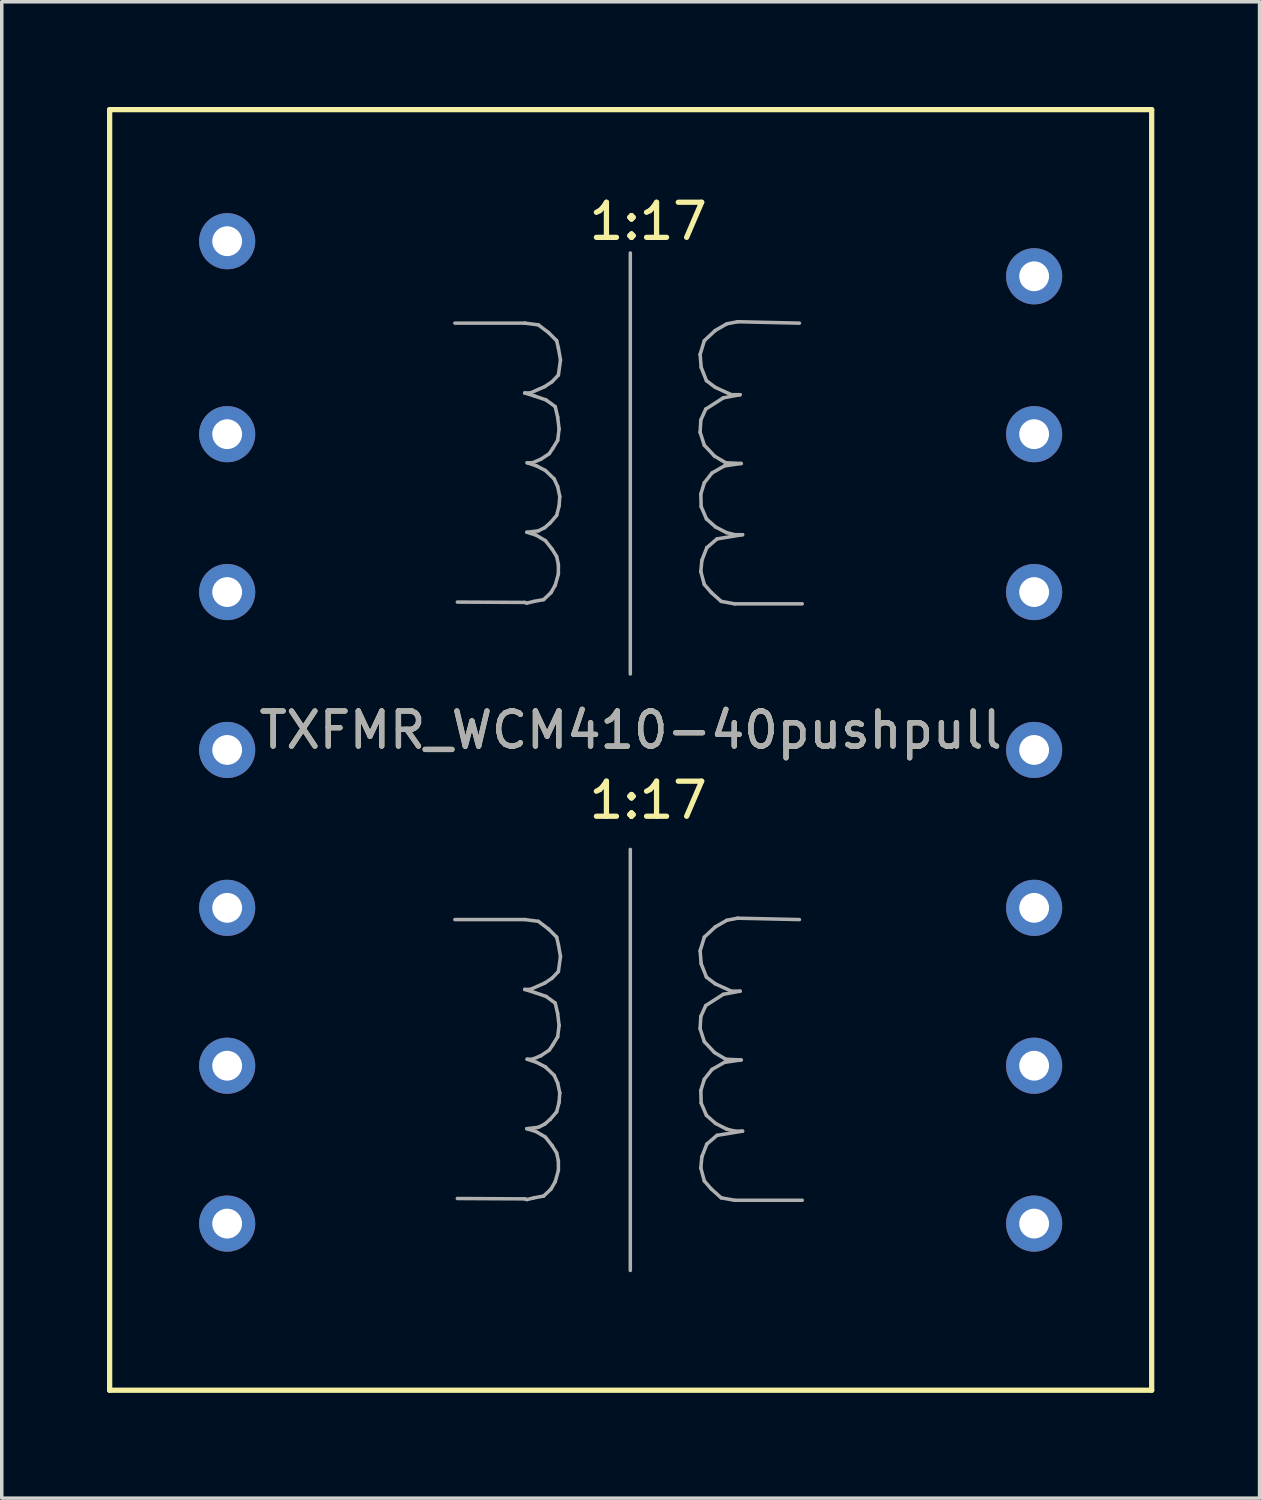
<source format=kicad_pcb>
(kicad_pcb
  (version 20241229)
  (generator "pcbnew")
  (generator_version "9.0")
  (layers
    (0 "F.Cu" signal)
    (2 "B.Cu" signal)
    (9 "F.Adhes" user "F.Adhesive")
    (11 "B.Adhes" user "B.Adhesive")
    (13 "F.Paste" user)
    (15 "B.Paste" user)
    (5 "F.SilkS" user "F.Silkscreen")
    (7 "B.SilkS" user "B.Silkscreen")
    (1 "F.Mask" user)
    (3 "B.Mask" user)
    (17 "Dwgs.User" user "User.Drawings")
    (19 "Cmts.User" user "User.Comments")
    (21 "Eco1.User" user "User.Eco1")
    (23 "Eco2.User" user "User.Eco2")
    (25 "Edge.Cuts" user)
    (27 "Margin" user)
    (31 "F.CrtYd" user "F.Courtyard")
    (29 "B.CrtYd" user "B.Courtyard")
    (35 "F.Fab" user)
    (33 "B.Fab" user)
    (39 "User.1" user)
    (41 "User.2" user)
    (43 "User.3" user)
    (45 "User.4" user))
  (footprint "TXFMR_WCM410-40pushpull"
    (layer "F.Cu")
    (at 14.925 18.325)
    (property "Reference" "TXFMR_WCM410-40pushpull" (at 0 -0.565 0) (layer "F.SilkS") (effects (font (size 1 1) (thickness 0.15))))
    (attr through_hole)
    (fp_line (start -14.85 -18.25) (end 14.85 -18.25) (stroke (width 0.15) (type solid)) (layer "F.SilkS"))
    (fp_line (start -14.85 18.25) (end -14.85 -18.25) (stroke (width 0.15) (type solid)) (layer "F.SilkS"))
    (fp_line (start 14.85 -18.25) (end 14.85 18.25) (stroke (width 0.15) (type solid)) (layer "F.SilkS"))
    (fp_line (start 14.85 18.25) (end -14.85 18.25) (stroke (width 0.15) (type solid)) (layer "F.SilkS"))
    (fp_line (start -5.01 -12.165) (end -3.01 -12.165) (stroke (width 0.1) (type solid)) (layer "F.Fab"))
    (fp_line (start -5.01 4.835) (end -3.01 4.835) (stroke (width 0.1) (type solid)) (layer "F.Fab"))
    (fp_line (start -3.02 -10.175) (end -2.73 -10.085) (stroke (width 0.1) (type solid)) (layer "F.Fab"))
    (fp_line (start -3.02 -4.205) (end -4.94 -4.215) (stroke (width 0.1) (type solid)) (layer "F.Fab"))
    (fp_line (start -3.02 6.825) (end -2.73 6.915) (stroke (width 0.1) (type solid)) (layer "F.Fab"))
    (fp_line (start -3.02 12.795) (end -4.94 12.785) (stroke (width 0.1) (type solid)) (layer "F.Fab"))
    (fp_line (start -3.01 -12.165) (end -2.63 -12.115) (stroke (width 0.1) (type solid)) (layer "F.Fab"))
    (fp_line (start -3.01 4.835) (end -2.63 4.885) (stroke (width 0.1) (type solid)) (layer "F.Fab"))
    (fp_line (start -2.96 -6.205) (end -2.7 -6.125) (stroke (width 0.1) (type solid)) (layer "F.Fab"))
    (fp_line (start -2.96 -4.185) (end -3.02 -4.205) (stroke (width 0.1) (type solid)) (layer "F.Fab"))
    (fp_line (start -2.96 10.795) (end -2.7 10.875) (stroke (width 0.1) (type solid)) (layer "F.Fab"))
    (fp_line (start -2.96 12.815) (end -3.02 12.795) (stroke (width 0.1) (type solid)) (layer "F.Fab"))
    (fp_line (start -2.95 -8.185) (end -2.68 -8.095) (stroke (width 0.1) (type solid)) (layer "F.Fab"))
    (fp_line (start -2.95 8.815) (end -2.68 8.905) (stroke (width 0.1) (type solid)) (layer "F.Fab"))
    (fp_line (start -2.86 -10.175) (end -3.02 -10.175) (stroke (width 0.1) (type solid)) (layer "F.Fab"))
    (fp_line (start -2.86 6.825) (end -3.02 6.825) (stroke (width 0.1) (type solid)) (layer "F.Fab"))
    (fp_line (start -2.8 -8.185) (end -2.95 -8.185) (stroke (width 0.1) (type solid)) (layer "F.Fab"))
    (fp_line (start -2.8 8.815) (end -2.95 8.815) (stroke (width 0.1) (type solid)) (layer "F.Fab"))
    (fp_line (start -2.75 -4.235) (end -2.96 -4.185) (stroke (width 0.1) (type solid)) (layer "F.Fab"))
    (fp_line (start -2.75 12.765) (end -2.96 12.815) (stroke (width 0.1) (type solid)) (layer "F.Fab"))
    (fp_line (start -2.73 -10.085) (end -2.41 -9.975) (stroke (width 0.1) (type solid)) (layer "F.Fab"))
    (fp_line (start -2.73 6.915) (end -2.41 7.025) (stroke (width 0.1) (type solid)) (layer "F.Fab"))
    (fp_line (start -2.7 -6.125) (end -2.43 -5.965) (stroke (width 0.1) (type solid)) (layer "F.Fab"))
    (fp_line (start -2.7 10.875) (end -2.43 11.035) (stroke (width 0.1) (type solid)) (layer "F.Fab"))
    (fp_line (start -2.68 -8.095) (end -2.43 -7.965) (stroke (width 0.1) (type solid)) (layer "F.Fab"))
    (fp_line (start -2.68 8.905) (end -2.43 9.035) (stroke (width 0.1) (type solid)) (layer "F.Fab"))
    (fp_line (start -2.63 -12.115) (end -2.34 -11.895) (stroke (width 0.1) (type solid)) (layer "F.Fab"))
    (fp_line (start -2.63 -6.245) (end -2.96 -6.205) (stroke (width 0.1) (type solid)) (layer "F.Fab"))
    (fp_line (start -2.63 4.885) (end -2.34 5.105) (stroke (width 0.1) (type solid)) (layer "F.Fab"))
    (fp_line (start -2.63 10.755) (end -2.96 10.795) (stroke (width 0.1) (type solid)) (layer "F.Fab"))
    (fp_line (start -2.56 -8.285) (end -2.8 -8.185) (stroke (width 0.1) (type solid)) (layer "F.Fab"))
    (fp_line (start -2.56 8.715) (end -2.8 8.815) (stroke (width 0.1) (type solid)) (layer "F.Fab"))
    (fp_line (start -2.48 -4.285) (end -2.75 -4.235) (stroke (width 0.1) (type solid)) (layer "F.Fab"))
    (fp_line (start -2.48 12.715) (end -2.75 12.765) (stroke (width 0.1) (type solid)) (layer "F.Fab"))
    (fp_line (start -2.45 -10.355) (end -2.86 -10.175) (stroke (width 0.1) (type solid)) (layer "F.Fab"))
    (fp_line (start -2.45 -6.335) (end -2.63 -6.245) (stroke (width 0.1) (type solid)) (layer "F.Fab"))
    (fp_line (start -2.45 6.645) (end -2.86 6.825) (stroke (width 0.1) (type solid)) (layer "F.Fab"))
    (fp_line (start -2.45 10.665) (end -2.63 10.755) (stroke (width 0.1) (type solid)) (layer "F.Fab"))
    (fp_line (start -2.43 -7.965) (end -2.18 -7.725) (stroke (width 0.1) (type solid)) (layer "F.Fab"))
    (fp_line (start -2.43 -5.965) (end -2.24 -5.725) (stroke (width 0.1) (type solid)) (layer "F.Fab"))
    (fp_line (start -2.43 9.035) (end -2.18 9.275) (stroke (width 0.1) (type solid)) (layer "F.Fab"))
    (fp_line (start -2.43 11.035) (end -2.24 11.275) (stroke (width 0.1) (type solid)) (layer "F.Fab"))
    (fp_line (start -2.41 -9.975) (end -2.15 -9.785) (stroke (width 0.1) (type solid)) (layer "F.Fab"))
    (fp_line (start -2.41 7.025) (end -2.15 7.215) (stroke (width 0.1) (type solid)) (layer "F.Fab"))
    (fp_line (start -2.34 -11.895) (end -2.11 -11.665) (stroke (width 0.1) (type solid)) (layer "F.Fab"))
    (fp_line (start -2.34 5.105) (end -2.11 5.335) (stroke (width 0.1) (type solid)) (layer "F.Fab"))
    (fp_line (start -2.32 -8.445) (end -2.56 -8.285) (stroke (width 0.1) (type solid)) (layer "F.Fab"))
    (fp_line (start -2.32 8.555) (end -2.56 8.715) (stroke (width 0.1) (type solid)) (layer "F.Fab"))
    (fp_line (start -2.29 -6.475) (end -2.45 -6.335) (stroke (width 0.1) (type solid)) (layer "F.Fab"))
    (fp_line (start -2.29 10.525) (end -2.45 10.665) (stroke (width 0.1) (type solid)) (layer "F.Fab"))
    (fp_line (start -2.27 -4.485) (end -2.48 -4.285) (stroke (width 0.1) (type solid)) (layer "F.Fab"))
    (fp_line (start -2.27 12.515) (end -2.48 12.715) (stroke (width 0.1) (type solid)) (layer "F.Fab"))
    (fp_line (start -2.24 -10.495) (end -2.45 -10.355) (stroke (width 0.1) (type solid)) (layer "F.Fab"))
    (fp_line (start -2.24 -5.725) (end -2.11 -5.515) (stroke (width 0.1) (type solid)) (layer "F.Fab"))
    (fp_line (start -2.24 6.505) (end -2.45 6.645) (stroke (width 0.1) (type solid)) (layer "F.Fab"))
    (fp_line (start -2.24 11.275) (end -2.11 11.485) (stroke (width 0.1) (type solid)) (layer "F.Fab"))
    (fp_line (start -2.22 -8.595) (end -2.32 -8.445) (stroke (width 0.1) (type solid)) (layer "F.Fab"))
    (fp_line (start -2.22 8.405) (end -2.32 8.555) (stroke (width 0.1) (type solid)) (layer "F.Fab"))
    (fp_line (start -2.18 -7.725) (end -2.08 -7.505) (stroke (width 0.1) (type solid)) (layer "F.Fab"))
    (fp_line (start -2.18 9.275) (end -2.08 9.495) (stroke (width 0.1) (type solid)) (layer "F.Fab"))
    (fp_line (start -2.15 -9.785) (end -2.08 -9.485) (stroke (width 0.1) (type solid)) (layer "F.Fab"))
    (fp_line (start -2.15 -4.695) (end -2.27 -4.485) (stroke (width 0.1) (type solid)) (layer "F.Fab"))
    (fp_line (start -2.15 7.215) (end -2.08 7.515) (stroke (width 0.1) (type solid)) (layer "F.Fab"))
    (fp_line (start -2.15 12.305) (end -2.27 12.515) (stroke (width 0.1) (type solid)) (layer "F.Fab"))
    (fp_line (start -2.11 -11.665) (end -2.06 -11.455) (stroke (width 0.1) (type solid)) (layer "F.Fab"))
    (fp_line (start -2.11 -6.685) (end -2.29 -6.475) (stroke (width 0.1) (type solid)) (layer "F.Fab"))
    (fp_line (start -2.11 -5.515) (end -2.06 -5.285) (stroke (width 0.1) (type solid)) (layer "F.Fab"))
    (fp_line (start -2.11 5.335) (end -2.06 5.545) (stroke (width 0.1) (type solid)) (layer "F.Fab"))
    (fp_line (start -2.11 10.315) (end -2.29 10.525) (stroke (width 0.1) (type solid)) (layer "F.Fab"))
    (fp_line (start -2.11 11.485) (end -2.06 11.715) (stroke (width 0.1) (type solid)) (layer "F.Fab"))
    (fp_line (start -2.08 -9.485) (end -2.04 -9.145) (stroke (width 0.1) (type solid)) (layer "F.Fab"))
    (fp_line (start -2.08 -8.825) (end -2.22 -8.595) (stroke (width 0.1) (type solid)) (layer "F.Fab"))
    (fp_line (start -2.08 -7.505) (end -2.02 -7.225) (stroke (width 0.1) (type solid)) (layer "F.Fab"))
    (fp_line (start -2.08 7.515) (end -2.04 7.855) (stroke (width 0.1) (type solid)) (layer "F.Fab"))
    (fp_line (start -2.08 8.175) (end -2.22 8.405) (stroke (width 0.1) (type solid)) (layer "F.Fab"))
    (fp_line (start -2.08 9.495) (end -2.02 9.775) (stroke (width 0.1) (type solid)) (layer "F.Fab"))
    (fp_line (start -2.06 -11.455) (end -2 -11.115) (stroke (width 0.1) (type solid)) (layer "F.Fab"))
    (fp_line (start -2.06 -10.685) (end -2.24 -10.495) (stroke (width 0.1) (type solid)) (layer "F.Fab"))
    (fp_line (start -2.06 -5.285) (end -2.06 -5.015) (stroke (width 0.1) (type solid)) (layer "F.Fab"))
    (fp_line (start -2.06 -5.015) (end -2.15 -4.695) (stroke (width 0.1) (type solid)) (layer "F.Fab"))
    (fp_line (start -2.06 5.545) (end -2 5.885) (stroke (width 0.1) (type solid)) (layer "F.Fab"))
    (fp_line (start -2.06 6.315) (end -2.24 6.505) (stroke (width 0.1) (type solid)) (layer "F.Fab"))
    (fp_line (start -2.06 11.715) (end -2.06 11.985) (stroke (width 0.1) (type solid)) (layer "F.Fab"))
    (fp_line (start -2.06 11.985) (end -2.15 12.305) (stroke (width 0.1) (type solid)) (layer "F.Fab"))
    (fp_line (start -2.04 -9.145) (end -2.08 -8.825) (stroke (width 0.1) (type solid)) (layer "F.Fab"))
    (fp_line (start -2.04 -6.955) (end -2.11 -6.685) (stroke (width 0.1) (type solid)) (layer "F.Fab"))
    (fp_line (start -2.04 7.855) (end -2.08 8.175) (stroke (width 0.1) (type solid)) (layer "F.Fab"))
    (fp_line (start -2.04 10.045) (end -2.11 10.315) (stroke (width 0.1) (type solid)) (layer "F.Fab"))
    (fp_line (start -2.02 -7.225) (end -2.04 -6.955) (stroke (width 0.1) (type solid)) (layer "F.Fab"))
    (fp_line (start -2.02 9.775) (end -2.04 10.045) (stroke (width 0.1) (type solid)) (layer "F.Fab"))
    (fp_line (start -2 -11.115) (end -2.06 -10.685) (stroke (width 0.1) (type solid)) (layer "F.Fab"))
    (fp_line (start -2 5.885) (end -2.06 6.315) (stroke (width 0.1) (type solid)) (layer "F.Fab"))
    (fp_line (start -0.01 -14.165) (end -0.01 -2.165) (stroke (width 0.1) (type solid)) (layer "F.Fab"))
    (fp_line (start -0.01 2.835) (end -0.01 14.835) (stroke (width 0.1) (type solid)) (layer "F.Fab"))
    (fp_line (start 1.98 -11.275) (end 2.01 -10.905) (stroke (width 0.1) (type solid)) (layer "F.Fab"))
    (fp_line (start 1.98 -9.055) (end 2.1 -8.685) (stroke (width 0.1) (type solid)) (layer "F.Fab"))
    (fp_line (start 1.98 5.725) (end 2.01 6.095) (stroke (width 0.1) (type solid)) (layer "F.Fab"))
    (fp_line (start 1.98 7.945) (end 2.1 8.315) (stroke (width 0.1) (type solid)) (layer "F.Fab"))
    (fp_line (start 2 -9.405) (end 1.98 -9.055) (stroke (width 0.1) (type solid)) (layer "F.Fab"))
    (fp_line (start 2 -7.295) (end 2.01 -6.935) (stroke (width 0.1) (type solid)) (layer "F.Fab"))
    (fp_line (start 2 -5.085) (end 2.1 -4.715) (stroke (width 0.1) (type solid)) (layer "F.Fab"))
    (fp_line (start 2 7.595) (end 1.98 7.945) (stroke (width 0.1) (type solid)) (layer "F.Fab"))
    (fp_line (start 2 9.705) (end 2.01 10.065) (stroke (width 0.1) (type solid)) (layer "F.Fab"))
    (fp_line (start 2 11.915) (end 2.1 12.285) (stroke (width 0.1) (type solid)) (layer "F.Fab"))
    (fp_line (start 2.01 -10.905) (end 2.16 -10.525) (stroke (width 0.1) (type solid)) (layer "F.Fab"))
    (fp_line (start 2.01 -6.935) (end 2.16 -6.585) (stroke (width 0.1) (type solid)) (layer "F.Fab"))
    (fp_line (start 2.01 6.095) (end 2.16 6.475) (stroke (width 0.1) (type solid)) (layer "F.Fab"))
    (fp_line (start 2.01 10.065) (end 2.16 10.415) (stroke (width 0.1) (type solid)) (layer "F.Fab"))
    (fp_line (start 2.03 -5.405) (end 2 -5.085) (stroke (width 0.1) (type solid)) (layer "F.Fab"))
    (fp_line (start 2.03 11.595) (end 2 11.915) (stroke (width 0.1) (type solid)) (layer "F.Fab"))
    (fp_line (start 2.1 -11.665) (end 1.98 -11.275) (stroke (width 0.1) (type solid)) (layer "F.Fab"))
    (fp_line (start 2.1 -8.685) (end 2.39 -8.375) (stroke (width 0.1) (type solid)) (layer "F.Fab"))
    (fp_line (start 2.1 -7.615) (end 2 -7.295) (stroke (width 0.1) (type solid)) (layer "F.Fab"))
    (fp_line (start 2.1 -4.715) (end 2.3 -4.485) (stroke (width 0.1) (type solid)) (layer "F.Fab"))
    (fp_line (start 2.1 5.335) (end 1.98 5.725) (stroke (width 0.1) (type solid)) (layer "F.Fab"))
    (fp_line (start 2.1 8.315) (end 2.39 8.625) (stroke (width 0.1) (type solid)) (layer "F.Fab"))
    (fp_line (start 2.1 9.385) (end 2 9.705) (stroke (width 0.1) (type solid)) (layer "F.Fab"))
    (fp_line (start 2.1 12.285) (end 2.3 12.515) (stroke (width 0.1) (type solid)) (layer "F.Fab"))
    (fp_line (start 2.14 -9.715) (end 2 -9.405) (stroke (width 0.1) (type solid)) (layer "F.Fab"))
    (fp_line (start 2.14 7.285) (end 2 7.595) (stroke (width 0.1) (type solid)) (layer "F.Fab"))
    (fp_line (start 2.16 -10.525) (end 2.41 -10.335) (stroke (width 0.1) (type solid)) (layer "F.Fab"))
    (fp_line (start 2.16 -6.585) (end 2.42 -6.355) (stroke (width 0.1) (type solid)) (layer "F.Fab"))
    (fp_line (start 2.16 6.475) (end 2.41 6.665) (stroke (width 0.1) (type solid)) (layer "F.Fab"))
    (fp_line (start 2.16 10.415) (end 2.42 10.645) (stroke (width 0.1) (type solid)) (layer "F.Fab"))
    (fp_line (start 2.17 -5.765) (end 2.03 -5.405) (stroke (width 0.1) (type solid)) (layer "F.Fab"))
    (fp_line (start 2.17 11.235) (end 2.03 11.595) (stroke (width 0.1) (type solid)) (layer "F.Fab"))
    (fp_line (start 2.3 -4.485) (end 2.58 -4.235) (stroke (width 0.1) (type solid)) (layer "F.Fab"))
    (fp_line (start 2.3 12.515) (end 2.58 12.765) (stroke (width 0.1) (type solid)) (layer "F.Fab"))
    (fp_line (start 2.32 -7.895) (end 2.1 -7.615) (stroke (width 0.1) (type solid)) (layer "F.Fab"))
    (fp_line (start 2.32 9.105) (end 2.1 9.385) (stroke (width 0.1) (type solid)) (layer "F.Fab"))
    (fp_line (start 2.39 -8.375) (end 2.71 -8.185) (stroke (width 0.1) (type solid)) (layer "F.Fab"))
    (fp_line (start 2.39 8.625) (end 2.71 8.815) (stroke (width 0.1) (type solid)) (layer "F.Fab"))
    (fp_line (start 2.41 -11.955) (end 2.1 -11.665) (stroke (width 0.1) (type solid)) (layer "F.Fab"))
    (fp_line (start 2.41 -10.335) (end 2.87 -10.125) (stroke (width 0.1) (type solid)) (layer "F.Fab"))
    (fp_line (start 2.41 5.045) (end 2.1 5.335) (stroke (width 0.1) (type solid)) (layer "F.Fab"))
    (fp_line (start 2.41 6.665) (end 2.87 6.875) (stroke (width 0.1) (type solid)) (layer "F.Fab"))
    (fp_line (start 2.42 -6.355) (end 2.73 -6.195) (stroke (width 0.1) (type solid)) (layer "F.Fab"))
    (fp_line (start 2.42 10.645) (end 2.73 10.805) (stroke (width 0.1) (type solid)) (layer "F.Fab"))
    (fp_line (start 2.46 -6.015) (end 2.17 -5.765) (stroke (width 0.1) (type solid)) (layer "F.Fab"))
    (fp_line (start 2.46 10.985) (end 2.17 11.235) (stroke (width 0.1) (type solid)) (layer "F.Fab"))
    (fp_line (start 2.58 -4.235) (end 2.96 -4.165) (stroke (width 0.1) (type solid)) (layer "F.Fab"))
    (fp_line (start 2.58 12.765) (end 2.96 12.835) (stroke (width 0.1) (type solid)) (layer "F.Fab"))
    (fp_line (start 2.64 -10.035) (end 2.14 -9.715) (stroke (width 0.1) (type solid)) (layer "F.Fab"))
    (fp_line (start 2.64 6.965) (end 2.14 7.285) (stroke (width 0.1) (type solid)) (layer "F.Fab"))
    (fp_line (start 2.67 -8.095) (end 2.32 -7.895) (stroke (width 0.1) (type solid)) (layer "F.Fab"))
    (fp_line (start 2.67 8.905) (end 2.32 9.105) (stroke (width 0.1) (type solid)) (layer "F.Fab"))
    (fp_line (start 2.71 -8.185) (end 3.15 -8.165) (stroke (width 0.1) (type solid)) (layer "F.Fab"))
    (fp_line (start 2.71 8.815) (end 3.15 8.835) (stroke (width 0.1) (type solid)) (layer "F.Fab"))
    (fp_line (start 2.73 -6.195) (end 2.97 -6.135) (stroke (width 0.1) (type solid)) (layer "F.Fab"))
    (fp_line (start 2.73 10.805) (end 2.97 10.865) (stroke (width 0.1) (type solid)) (layer "F.Fab"))
    (fp_line (start 2.74 -12.145) (end 2.41 -11.955) (stroke (width 0.1) (type solid)) (layer "F.Fab"))
    (fp_line (start 2.74 4.855) (end 2.41 5.045) (stroke (width 0.1) (type solid)) (layer "F.Fab"))
    (fp_line (start 2.87 -10.125) (end 3.12 -10.125) (stroke (width 0.1) (type solid)) (layer "F.Fab"))
    (fp_line (start 2.87 6.875) (end 3.12 6.875) (stroke (width 0.1) (type solid)) (layer "F.Fab"))
    (fp_line (start 2.96 -4.165) (end 4.89 -4.165) (stroke (width 0.1) (type solid)) (layer "F.Fab"))
    (fp_line (start 2.96 12.835) (end 4.89 12.835) (stroke (width 0.1) (type solid)) (layer "F.Fab"))
    (fp_line (start 2.97 -6.135) (end 3.19 -6.135) (stroke (width 0.1) (type solid)) (layer "F.Fab"))
    (fp_line (start 2.97 10.865) (end 3.19 10.865) (stroke (width 0.1) (type solid)) (layer "F.Fab"))
    (fp_line (start 3.05 -12.205) (end 2.74 -12.145) (stroke (width 0.1) (type solid)) (layer "F.Fab"))
    (fp_line (start 3.05 4.795) (end 2.74 4.855) (stroke (width 0.1) (type solid)) (layer "F.Fab"))
    (fp_line (start 3.12 -10.125) (end 2.64 -10.035) (stroke (width 0.1) (type solid)) (layer "F.Fab"))
    (fp_line (start 3.12 6.875) (end 2.64 6.965) (stroke (width 0.1) (type solid)) (layer "F.Fab"))
    (fp_line (start 3.15 -8.165) (end 2.67 -8.095) (stroke (width 0.1) (type solid)) (layer "F.Fab"))
    (fp_line (start 3.15 8.835) (end 2.67 8.905) (stroke (width 0.1) (type solid)) (layer "F.Fab"))
    (fp_line (start 3.19 -6.135) (end 2.46 -6.015) (stroke (width 0.1) (type solid)) (layer "F.Fab"))
    (fp_line (start 3.19 10.865) (end 2.46 10.985) (stroke (width 0.1) (type solid)) (layer "F.Fab"))
    (fp_line (start 4.81 -12.165) (end 3.05 -12.205) (stroke (width 0.1) (type solid)) (layer "F.Fab"))
    (fp_line (start 4.81 4.835) (end 3.05 4.795) (stroke (width 0.1) (type solid)) (layer "F.Fab"))
    (fp_text user "1:17" (at 0.5 1.435 0) (layer "F.SilkS") (effects (font (size 1 1) (thickness 0.15))))
    (fp_text user "1:17" (at 0.5 -15.065 0) (layer "F.SilkS") (effects (font (size 1 1) (thickness 0.15))))
    (fp_text user "${REFERENCE}" (at 0 -0.565 0) (layer "F.Fab") (effects (font (size 1 1) (thickness 0.15))))
    (pad "P1" thru_hole circle (at -11.5 -14.5 270) (size 1.6 1.6) (drill 0.85) (layers "*.Cu" "*.Mask"))
    (pad "P1" thru_hole circle (at -11.5 -9 270) (size 1.6 1.6) (drill 0.85) (layers "*.Cu" "*.Mask"))
    (pad "P2" thru_hole circle (at -11.5 9 270) (size 1.6 1.6) (drill 0.85) (layers "*.Cu" "*.Mask"))
    (pad "P2" thru_hole circle (at -11.5 13.5 270) (size 1.6 1.6) (drill 0.85) (layers "*.Cu" "*.Mask"))
    (pad "Pc1" thru_hole circle (at -11.5 -4.5 270) (size 1.6 1.6) (drill 0.85) (layers "*.Cu" "*.Mask"))
    (pad "Pc1" thru_hole circle (at -11.5 0 270) (size 1.6 1.6) (drill 0.85) (layers "*.Cu" "*.Mask"))
    (pad "Pc2" thru_hole circle (at -11.5 4.5 270) (size 1.6 1.6) (drill 0.85) (layers "*.Cu" "*.Mask"))
    (pad "S1" thru_hole circle (at 11.5 -13.5 270) (size 1.6 1.6) (drill 0.85) (layers "*.Cu" "*.Mask"))
    (pad "S1" thru_hole circle (at 11.5 -9 270) (size 1.6 1.6) (drill 0.85) (layers "*.Cu" "*.Mask"))
    (pad "S2" thru_hole circle (at 11.5 9 270) (size 1.6 1.6) (drill 0.85) (layers "*.Cu" "*.Mask"))
    (pad "S2" thru_hole circle (at 11.5 13.5 270) (size 1.6 1.6) (drill 0.85) (layers "*.Cu" "*.Mask"))
    (pad "Sc1" thru_hole circle (at 11.5 -4.5 270) (size 1.6 1.6) (drill 0.85) (layers "*.Cu" "*.Mask"))
    (pad "Sc1" thru_hole circle (at 11.5 0 270) (size 1.6 1.6) (drill 0.85) (layers "*.Cu" "*.Mask"))
    (pad "Sc2" thru_hole circle (at 11.5 4.5 270) (size 1.6 1.6) (drill 0.85) (layers "*.Cu" "*.Mask")))
  (gr_rect
    (start -3 -3)
    (end 32.85 39.65)
    (stroke (width 0.1) (type default))
    (fill no)
    (layer "Edge.Cuts")))
</source>
